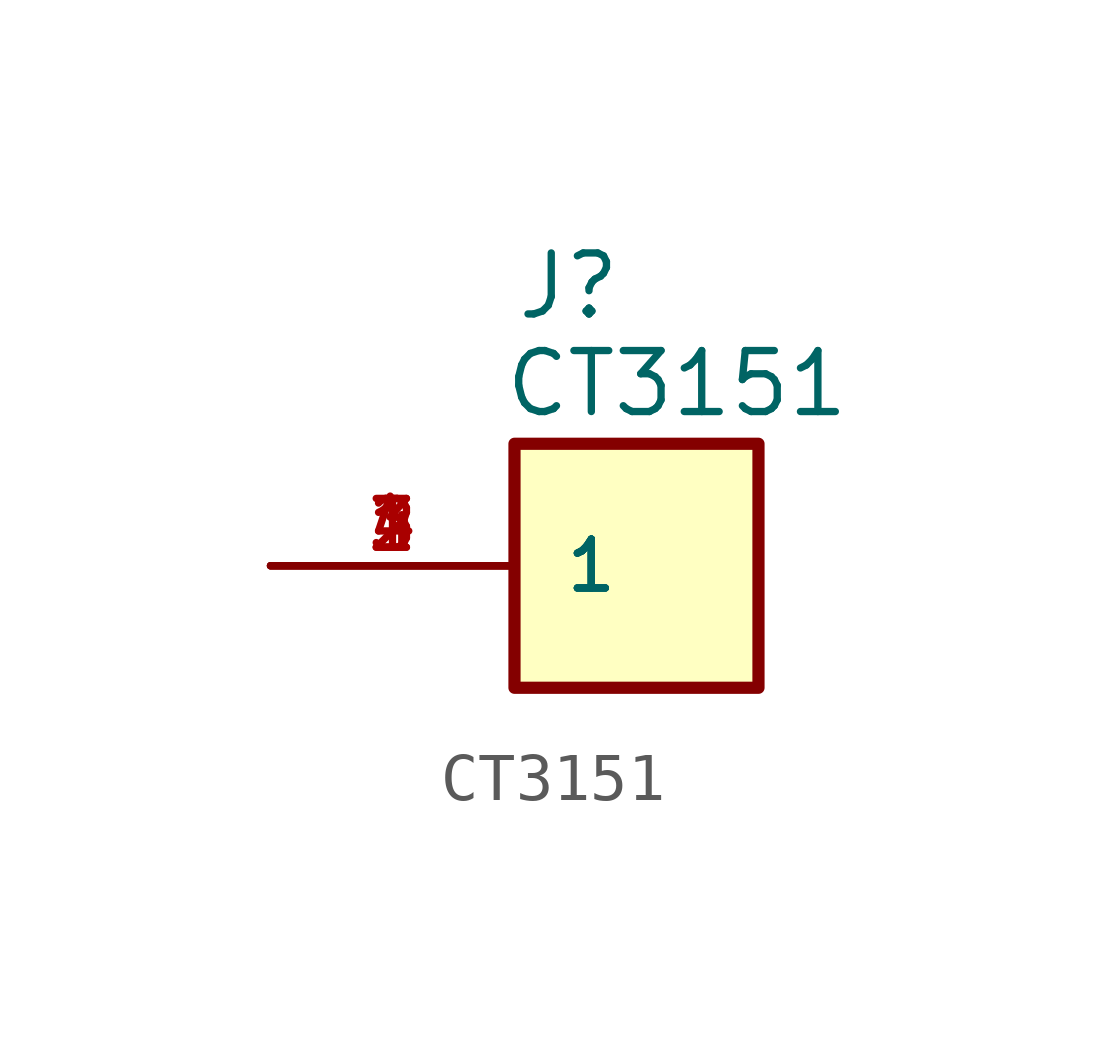
<source format=kicad_sym>
(kicad_symbol_lib
  (version 20231120)
  (generator "kicad_symbol_editor")
  (generator_version "8.0")
  (symbol "CT3151"
    (pin_names
      (offset 1.016))
    (property "Reference" "J"
      (at -2.54 5.08 0)
      (effects (font (size 1.27 1.27)) (justify left bottom)))
    (property "Value" "CT3151"
      (at -2.794 3.048 0)
      (effects (font (size 1.27 1.27)) (justify left bottom)))
    (symbol "CT3151_0_0"
      (rectangle (start -2.54 -2.54) (end 2.54 2.54) (stroke (width 0.254) (type default)) (fill (type background)))
      (pin passive line (at -7.62 0 0) (length 5.08) (name "1" (effects (font (size 1.016 1.016)))) (number "1" (effects (font (size 1.016 1.016)))))
      (pin passive line (at -7.62 0 0) (length 5.08) (name "1" (effects (font (size 1.016 1.016)))) (number "2" (effects (font (size 1.016 1.016)))))
      (pin passive line (at -7.62 0 0) (length 5.08) (name "1" (effects (font (size 1.016 1.016)))) (number "3" (effects (font (size 1.016 1.016)))))
      (pin passive line (at -7.62 0 0) (length 5.08) (name "1" (effects (font (size 1.016 1.016)))) (number "4" (effects (font (size 1.016 1.016))))))))
</source>
